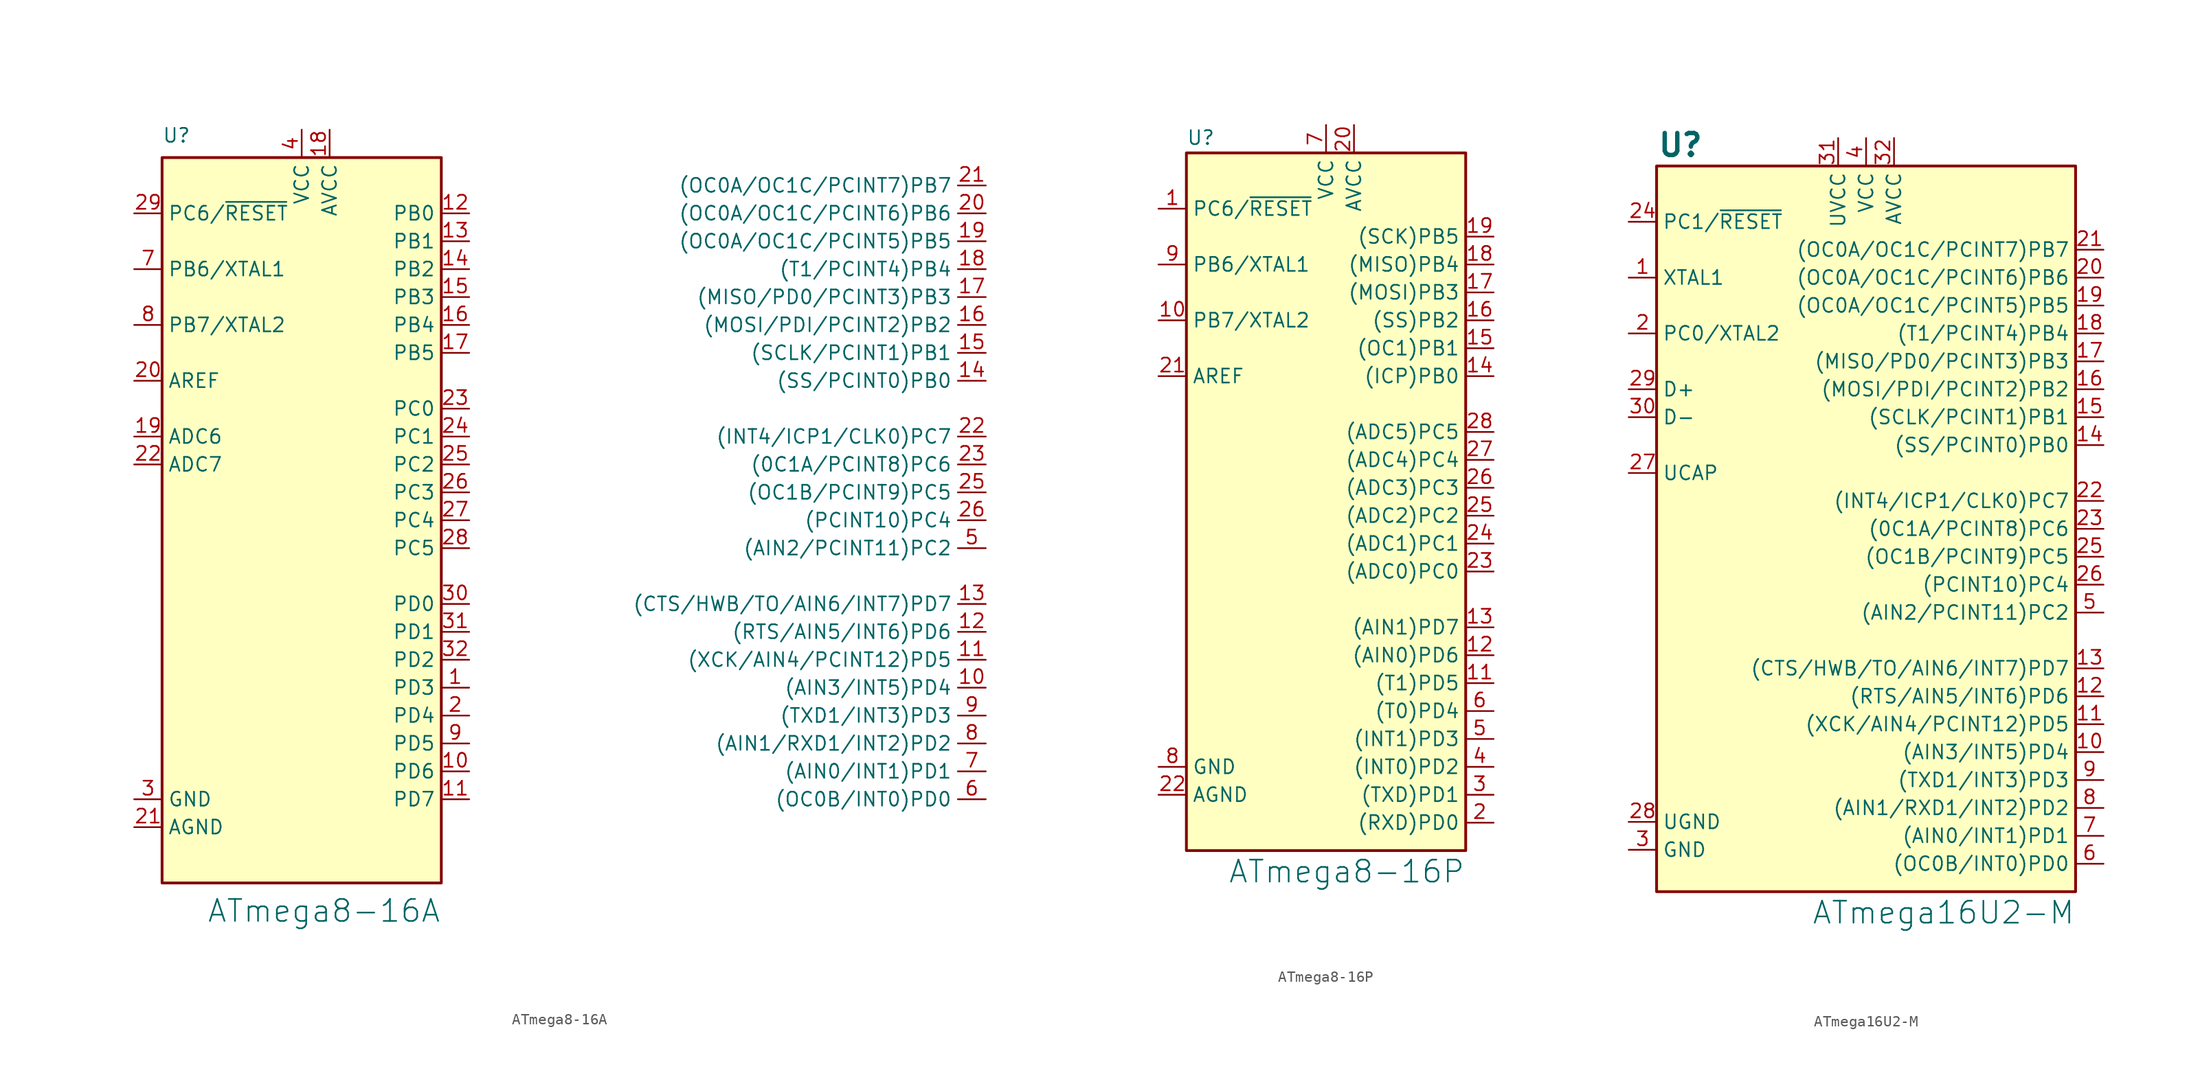
<source format=kicad_sym>
(kicad_symbol_lib
  (version 20220914)
  (generator kicad_symbol_editor)
  (symbol "ATmega8-16A"
    (property "Reference" "U"
      (at -12.7 34.29 0)
      (effects (font (size 1.27 1.27)) (justify left bottom)))
    (property "Value" "ATmega8-16A"
      (at 12.7 -35.56 0)
      (do_not_autoplace)
      (effects (font (size 2 2)) (justify right)))
    (symbol "ATmega8-16A_0_1"
      (rectangle (start -12.7 33.02) (end 12.7 -33.02) (stroke (width 0.254) (type default)) (fill (type background))))
    (symbol "ATmega8-16A_1_1"
      (pin bidirectional line (at 15.24 -15.24 180) (length 2.54) (name "PD3" (effects (font (size 1.27 1.27)))) (number "1" (effects (font (size 1.27 1.27)))))
      (pin bidirectional line (at 62.23 -15.24 180) (length 2.54) (name "(AIN3/INT5)PD4" (effects (font (size 1.27 1.27)))) (number "10" (effects (font (size 1.27 1.27)))))
      (pin bidirectional line (at 15.24 -22.86 180) (length 2.54) (name "PD6" (effects (font (size 1.27 1.27)))) (number "10" (effects (font (size 1.27 1.27)))))
      (pin bidirectional line (at 62.23 -12.7 180) (length 2.54) (name "(XCK/AIN4/PCINT12)PD5" (effects (font (size 1.27 1.27)))) (number "11" (effects (font (size 1.27 1.27)))))
      (pin bidirectional line (at 15.24 -25.4 180) (length 2.54) (name "PD7" (effects (font (size 1.27 1.27)))) (number "11" (effects (font (size 1.27 1.27)))))
      (pin bidirectional line (at 62.23 -10.16 180) (length 2.54) (name "(RTS/AIN5/INT6)PD6" (effects (font (size 1.27 1.27)))) (number "12" (effects (font (size 1.27 1.27)))))
      (pin bidirectional line (at 15.24 27.94 180) (length 2.54) (name "PB0" (effects (font (size 1.27 1.27)))) (number "12" (effects (font (size 1.27 1.27)))))
      (pin bidirectional line (at 62.23 -7.62 180) (length 2.54) (name "(CTS/HWB/TO/AIN6/INT7)PD7" (effects (font (size 1.27 1.27)))) (number "13" (effects (font (size 1.27 1.27)))))
      (pin bidirectional line (at 15.24 25.4 180) (length 2.54) (name "PB1" (effects (font (size 1.27 1.27)))) (number "13" (effects (font (size 1.27 1.27)))))
      (pin bidirectional line (at 62.23 12.7 180) (length 2.54) (name "(SS/PCINT0)PB0" (effects (font (size 1.27 1.27)))) (number "14" (effects (font (size 1.27 1.27)))))
      (pin bidirectional line (at 15.24 22.86 180) (length 2.54) (name "PB2" (effects (font (size 1.27 1.27)))) (number "14" (effects (font (size 1.27 1.27)))))
      (pin bidirectional line (at 62.23 15.24 180) (length 2.54) (name "(SCLK/PCINT1)PB1" (effects (font (size 1.27 1.27)))) (number "15" (effects (font (size 1.27 1.27)))))
      (pin bidirectional line (at 15.24 20.32 180) (length 2.54) (name "PB3" (effects (font (size 1.27 1.27)))) (number "15" (effects (font (size 1.27 1.27)))))
      (pin bidirectional line (at 62.23 17.78 180) (length 2.54) (name "(MOSI/PDI/PCINT2)PB2" (effects (font (size 1.27 1.27)))) (number "16" (effects (font (size 1.27 1.27)))))
      (pin bidirectional line (at 15.24 17.78 180) (length 2.54) (name "PB4" (effects (font (size 1.27 1.27)))) (number "16" (effects (font (size 1.27 1.27)))))
      (pin bidirectional line (at 62.23 20.32 180) (length 2.54) (name "(MISO/PD0/PCINT3)PB3" (effects (font (size 1.27 1.27)))) (number "17" (effects (font (size 1.27 1.27)))))
      (pin bidirectional line (at 15.24 15.24 180) (length 2.54) (name "PB5" (effects (font (size 1.27 1.27)))) (number "17" (effects (font (size 1.27 1.27)))))
      (pin bidirectional line (at 62.23 22.86 180) (length 2.54) (name "(T1/PCINT4)PB4" (effects (font (size 1.27 1.27)))) (number "18" (effects (font (size 1.27 1.27)))))
      (pin power_in line (at 2.54 35.56 270) (length 2.54) (name "AVCC" (effects (font (size 1.27 1.27)))) (number "18" (effects (font (size 1.27 1.27)))))
      (pin bidirectional line (at 62.23 25.4 180) (length 2.54) (name "(OC0A/OC1C/PCINT5)PB5" (effects (font (size 1.27 1.27)))) (number "19" (effects (font (size 1.27 1.27)))))
      (pin input line (at -15.24 7.62 0) (length 2.54) (name "ADC6" (effects (font (size 1.27 1.27)))) (number "19" (effects (font (size 1.27 1.27)))))
      (pin bidirectional line (at 15.24 -17.78 180) (length 2.54) (name "PD4" (effects (font (size 1.27 1.27)))) (number "2" (effects (font (size 1.27 1.27)))))
      (pin bidirectional line (at 62.23 27.94 180) (length 2.54) (name "(OC0A/OC1C/PCINT6)PB6" (effects (font (size 1.27 1.27)))) (number "20" (effects (font (size 1.27 1.27)))))
      (pin passive line (at -15.24 12.7 0) (length 2.54) (name "AREF" (effects (font (size 1.27 1.27)))) (number "20" (effects (font (size 1.27 1.27)))))
      (pin bidirectional line (at 62.23 30.48 180) (length 2.54) (name "(OC0A/OC1C/PCINT7)PB7" (effects (font (size 1.27 1.27)))) (number "21" (effects (font (size 1.27 1.27)))))
      (pin power_in line (at -15.24 -27.94 0) (length 2.54) (name "AGND" (effects (font (size 1.27 1.27)))) (number "21" (effects (font (size 1.27 1.27)))))
      (pin bidirectional line (at 62.23 7.62 180) (length 2.54) (name "(INT4/ICP1/CLK0)PC7" (effects (font (size 1.27 1.27)))) (number "22" (effects (font (size 1.27 1.27)))))
      (pin input line (at -15.24 5.08 0) (length 2.54) (name "ADC7" (effects (font (size 1.27 1.27)))) (number "22" (effects (font (size 1.27 1.27)))))
      (pin bidirectional line (at 62.23 5.08 180) (length 2.54) (name "(0C1A/PCINT8)PC6" (effects (font (size 1.27 1.27)))) (number "23" (effects (font (size 1.27 1.27)))))
      (pin bidirectional line (at 15.24 10.16 180) (length 2.54) (name "PC0" (effects (font (size 1.27 1.27)))) (number "23" (effects (font (size 1.27 1.27)))))
      (pin bidirectional line (at 15.24 7.62 180) (length 2.54) (name "PC1" (effects (font (size 1.27 1.27)))) (number "24" (effects (font (size 1.27 1.27)))))
      (pin bidirectional line (at 62.23 2.54 180) (length 2.54) (name "(OC1B/PCINT9)PC5" (effects (font (size 1.27 1.27)))) (number "25" (effects (font (size 1.27 1.27)))))
      (pin bidirectional line (at 15.24 5.08 180) (length 2.54) (name "PC2" (effects (font (size 1.27 1.27)))) (number "25" (effects (font (size 1.27 1.27)))))
      (pin bidirectional line (at 62.23 0 180) (length 2.54) (name "(PCINT10)PC4" (effects (font (size 1.27 1.27)))) (number "26" (effects (font (size 1.27 1.27)))))
      (pin bidirectional line (at 15.24 2.54 180) (length 2.54) (name "PC3" (effects (font (size 1.27 1.27)))) (number "26" (effects (font (size 1.27 1.27)))))
      (pin bidirectional line (at 15.24 0 180) (length 2.54) (name "PC4" (effects (font (size 1.27 1.27)))) (number "27" (effects (font (size 1.27 1.27)))))
      (pin bidirectional line (at 15.24 -2.54 180) (length 2.54) (name "PC5" (effects (font (size 1.27 1.27)))) (number "28" (effects (font (size 1.27 1.27)))))
      (pin bidirectional line (at -15.24 27.94 0) (length 2.54) (name "PC6/~{RESET}" (effects (font (size 1.27 1.27)))) (number "29" (effects (font (size 1.27 1.27)))))
      (pin power_in line (at -15.24 -25.4 0) (length 2.54) (name "GND" (effects (font (size 1.27 1.27)))) (number "3" (effects (font (size 1.27 1.27)))))
      (pin bidirectional line (at 15.24 -7.62 180) (length 2.54) (name "PD0" (effects (font (size 1.27 1.27)))) (number "30" (effects (font (size 1.27 1.27)))))
      (pin bidirectional line (at 15.24 -10.16 180) (length 2.54) (name "PD1" (effects (font (size 1.27 1.27)))) (number "31" (effects (font (size 1.27 1.27)))))
      (pin bidirectional line (at 15.24 -12.7 180) (length 2.54) (name "PD2" (effects (font (size 1.27 1.27)))) (number "32" (effects (font (size 1.27 1.27)))))
      (pin power_in line (at 0 35.56 270) (length 2.54) (name "VCC" (effects (font (size 1.27 1.27)))) (number "4" (effects (font (size 1.27 1.27)))))
      (pin bidirectional line (at 62.23 -2.54 180) (length 2.54) (name "(AIN2/PCINT11)PC2" (effects (font (size 1.27 1.27)))) (number "5" (effects (font (size 1.27 1.27)))))
      (pin passive line (at -15.24 -25.4 0) (length 2.54) hide (name "GND" (effects (font (size 1.27 1.27)))) (number "5" (effects (font (size 1.27 1.27)))))
      (pin bidirectional line (at 62.23 -25.4 180) (length 2.54) (name "(OC0B/INT0)PD0" (effects (font (size 1.27 1.27)))) (number "6" (effects (font (size 1.27 1.27)))))
      (pin passive line (at 0 35.56 270) (length 2.54) hide (name "VCC" (effects (font (size 1.27 1.27)))) (number "6" (effects (font (size 1.27 1.27)))))
      (pin bidirectional line (at 62.23 -22.86 180) (length 2.54) (name "(AIN0/INT1)PD1" (effects (font (size 1.27 1.27)))) (number "7" (effects (font (size 1.27 1.27)))))
      (pin bidirectional line (at -15.24 22.86 0) (length 2.54) (name "PB6/XTAL1" (effects (font (size 1.27 1.27)))) (number "7" (effects (font (size 1.27 1.27)))))
      (pin bidirectional line (at 62.23 -20.32 180) (length 2.54) (name "(AIN1/RXD1/INT2)PD2" (effects (font (size 1.27 1.27)))) (number "8" (effects (font (size 1.27 1.27)))))
      (pin bidirectional line (at -15.24 17.78 0) (length 2.54) (name "PB7/XTAL2" (effects (font (size 1.27 1.27)))) (number "8" (effects (font (size 1.27 1.27)))))
      (pin bidirectional line (at 62.23 -17.78 180) (length 2.54) (name "(TXD1/INT3)PD3" (effects (font (size 1.27 1.27)))) (number "9" (effects (font (size 1.27 1.27)))))
      (pin bidirectional line (at 15.24 -20.32 180) (length 2.54) (name "PD5" (effects (font (size 1.27 1.27)))) (number "9" (effects (font (size 1.27 1.27)))))))
  (symbol "ATmega8-16P"
    (property "Reference" "U"
      (at -12.7 32.385 0)
      (do_not_autoplace)
      (effects (font (size 1.27 1.27)) (justify left bottom)))
    (property "Value" "ATmega8-16P"
      (at 12.7 -33.655 0)
      (do_not_autoplace)
      (effects (font (size 2 2)) (justify right)))
    (symbol "ATmega8-16P_0_1"
      (rectangle (start -12.7 31.75) (end 12.7 -31.75) (stroke (width 0.254) (type default)) (fill (type background))))
    (symbol "ATmega8-16P_1_1"
      (pin bidirectional line (at -15.24 26.67 0) (length 2.54) (name "PC6/~{RESET}" (effects (font (size 1.27 1.27)))) (number "1" (effects (font (size 1.27 1.27)))))
      (pin bidirectional line (at -15.24 16.51 0) (length 2.54) (name "PB7/XTAL2" (effects (font (size 1.27 1.27)))) (number "10" (effects (font (size 1.27 1.27)))))
      (pin bidirectional line (at 15.24 -16.51 180) (length 2.54) (name "(T1)PD5" (effects (font (size 1.27 1.27)))) (number "11" (effects (font (size 1.27 1.27)))))
      (pin bidirectional line (at 15.24 -13.97 180) (length 2.54) (name "(AIN0)PD6" (effects (font (size 1.27 1.27)))) (number "12" (effects (font (size 1.27 1.27)))))
      (pin bidirectional line (at 15.24 -11.43 180) (length 2.54) (name "(AIN1)PD7" (effects (font (size 1.27 1.27)))) (number "13" (effects (font (size 1.27 1.27)))))
      (pin bidirectional line (at 15.24 11.43 180) (length 2.54) (name "(ICP)PB0" (effects (font (size 1.27 1.27)))) (number "14" (effects (font (size 1.27 1.27)))))
      (pin bidirectional line (at 15.24 13.97 180) (length 2.54) (name "(OC1)PB1" (effects (font (size 1.27 1.27)))) (number "15" (effects (font (size 1.27 1.27)))))
      (pin bidirectional line (at 15.24 16.51 180) (length 2.54) (name "(SS)PB2" (effects (font (size 1.27 1.27)))) (number "16" (effects (font (size 1.27 1.27)))))
      (pin bidirectional line (at 15.24 19.05 180) (length 2.54) (name "(MOSI)PB3" (effects (font (size 1.27 1.27)))) (number "17" (effects (font (size 1.27 1.27)))))
      (pin bidirectional line (at 15.24 21.59 180) (length 2.54) (name "(MISO)PB4" (effects (font (size 1.27 1.27)))) (number "18" (effects (font (size 1.27 1.27)))))
      (pin bidirectional line (at 15.24 24.13 180) (length 2.54) (name "(SCK)PB5" (effects (font (size 1.27 1.27)))) (number "19" (effects (font (size 1.27 1.27)))))
      (pin bidirectional line (at 15.24 -29.21 180) (length 2.54) (name "(RXD)PD0" (effects (font (size 1.27 1.27)))) (number "2" (effects (font (size 1.27 1.27)))))
      (pin power_in line (at 2.54 34.29 270) (length 2.54) (name "AVCC" (effects (font (size 1.27 1.27)))) (number "20" (effects (font (size 1.27 1.27)))))
      (pin passive line (at -15.24 11.43 0) (length 2.54) (name "AREF" (effects (font (size 1.27 1.27)))) (number "21" (effects (font (size 1.27 1.27)))))
      (pin power_in line (at -15.24 -26.67 0) (length 2.54) (name "AGND" (effects (font (size 1.27 1.27)))) (number "22" (effects (font (size 1.27 1.27)))))
      (pin bidirectional line (at 15.24 -6.35 180) (length 2.54) (name "(ADC0)PC0" (effects (font (size 1.27 1.27)))) (number "23" (effects (font (size 1.27 1.27)))))
      (pin bidirectional line (at 15.24 -3.81 180) (length 2.54) (name "(ADC1)PC1" (effects (font (size 1.27 1.27)))) (number "24" (effects (font (size 1.27 1.27)))))
      (pin bidirectional line (at 15.24 -1.27 180) (length 2.54) (name "(ADC2)PC2" (effects (font (size 1.27 1.27)))) (number "25" (effects (font (size 1.27 1.27)))))
      (pin bidirectional line (at 15.24 1.27 180) (length 2.54) (name "(ADC3)PC3" (effects (font (size 1.27 1.27)))) (number "26" (effects (font (size 1.27 1.27)))))
      (pin bidirectional line (at 15.24 3.81 180) (length 2.54) (name "(ADC4)PC4" (effects (font (size 1.27 1.27)))) (number "27" (effects (font (size 1.27 1.27)))))
      (pin bidirectional line (at 15.24 6.35 180) (length 2.54) (name "(ADC5)PC5" (effects (font (size 1.27 1.27)))) (number "28" (effects (font (size 1.27 1.27)))))
      (pin bidirectional line (at 15.24 -26.67 180) (length 2.54) (name "(TXD)PD1" (effects (font (size 1.27 1.27)))) (number "3" (effects (font (size 1.27 1.27)))))
      (pin bidirectional line (at 15.24 -24.13 180) (length 2.54) (name "(INT0)PD2" (effects (font (size 1.27 1.27)))) (number "4" (effects (font (size 1.27 1.27)))))
      (pin bidirectional line (at 15.24 -21.59 180) (length 2.54) (name "(INT1)PD3" (effects (font (size 1.27 1.27)))) (number "5" (effects (font (size 1.27 1.27)))))
      (pin bidirectional line (at 15.24 -19.05 180) (length 2.54) (name "(T0)PD4" (effects (font (size 1.27 1.27)))) (number "6" (effects (font (size 1.27 1.27)))))
      (pin power_in line (at 0 34.29 270) (length 2.54) (name "VCC" (effects (font (size 1.27 1.27)))) (number "7" (effects (font (size 1.27 1.27)))))
      (pin power_in line (at -15.24 -24.13 0) (length 2.54) (name "GND" (effects (font (size 1.27 1.27)))) (number "8" (effects (font (size 1.27 1.27)))))
      (pin bidirectional line (at -15.24 21.59 0) (length 2.54) (name "PB6/XTAL1" (effects (font (size 1.27 1.27)))) (number "9" (effects (font (size 1.27 1.27)))))))
  (symbol "ATmega16U2-M"
    (property "Reference" "U"
      (at -19.05 34.925 0)
      (do_not_autoplace)
      (effects (font (size 2 2) bold) (justify left)))
    (property "Value" "ATmega16U2-M"
      (at 19.05 -34.925 0)
      (do_not_autoplace)
      (effects (font (size 2 2)) (justify right)))
    (symbol "ATmega16U2-M_0_1"
      (rectangle (start -19.05 33.02) (end 19.05 -33.02) (stroke (width 0.254) (type default)) (fill (type background))))
    (symbol "ATmega16U2-M_1_1"
      (pin input line (at -21.59 22.86 0) (length 2.54) (name "XTAL1" (effects (font (size 1.27 1.27)))) (number "1" (effects (font (size 1.27 1.27)))))
      (pin bidirectional line (at 21.59 -20.32 180) (length 2.54) (name "(AIN3/INT5)PD4" (effects (font (size 1.27 1.27)))) (number "10" (effects (font (size 1.27 1.27)))))
      (pin bidirectional line (at 21.59 -17.78 180) (length 2.54) (name "(XCK/AIN4/PCINT12)PD5" (effects (font (size 1.27 1.27)))) (number "11" (effects (font (size 1.27 1.27)))))
      (pin bidirectional line (at 21.59 -15.24 180) (length 2.54) (name "(RTS/AIN5/INT6)PD6" (effects (font (size 1.27 1.27)))) (number "12" (effects (font (size 1.27 1.27)))))
      (pin bidirectional line (at 21.59 -12.7 180) (length 2.54) (name "(CTS/HWB/TO/AIN6/INT7)PD7" (effects (font (size 1.27 1.27)))) (number "13" (effects (font (size 1.27 1.27)))))
      (pin bidirectional line (at 21.59 7.62 180) (length 2.54) (name "(SS/PCINT0)PB0" (effects (font (size 1.27 1.27)))) (number "14" (effects (font (size 1.27 1.27)))))
      (pin bidirectional line (at 21.59 10.16 180) (length 2.54) (name "(SCLK/PCINT1)PB1" (effects (font (size 1.27 1.27)))) (number "15" (effects (font (size 1.27 1.27)))))
      (pin bidirectional line (at 21.59 12.7 180) (length 2.54) (name "(MOSI/PDI/PCINT2)PB2" (effects (font (size 1.27 1.27)))) (number "16" (effects (font (size 1.27 1.27)))))
      (pin bidirectional line (at 21.59 15.24 180) (length 2.54) (name "(MISO/PD0/PCINT3)PB3" (effects (font (size 1.27 1.27)))) (number "17" (effects (font (size 1.27 1.27)))))
      (pin bidirectional line (at 21.59 17.78 180) (length 2.54) (name "(T1/PCINT4)PB4" (effects (font (size 1.27 1.27)))) (number "18" (effects (font (size 1.27 1.27)))))
      (pin bidirectional line (at 21.59 20.32 180) (length 2.54) (name "(OC0A/OC1C/PCINT5)PB5" (effects (font (size 1.27 1.27)))) (number "19" (effects (font (size 1.27 1.27)))))
      (pin bidirectional line (at -21.59 17.78 0) (length 2.54) (name "PC0/XTAL2" (effects (font (size 1.27 1.27)))) (number "2" (effects (font (size 1.27 1.27)))))
      (pin bidirectional line (at 21.59 22.86 180) (length 2.54) (name "(OC0A/OC1C/PCINT6)PB6" (effects (font (size 1.27 1.27)))) (number "20" (effects (font (size 1.27 1.27)))))
      (pin bidirectional line (at 21.59 25.4 180) (length 2.54) (name "(OC0A/OC1C/PCINT7)PB7" (effects (font (size 1.27 1.27)))) (number "21" (effects (font (size 1.27 1.27)))))
      (pin bidirectional line (at 21.59 2.54 180) (length 2.54) (name "(INT4/ICP1/CLK0)PC7" (effects (font (size 1.27 1.27)))) (number "22" (effects (font (size 1.27 1.27)))))
      (pin bidirectional line (at 21.59 0 180) (length 2.54) (name "(0C1A/PCINT8)PC6" (effects (font (size 1.27 1.27)))) (number "23" (effects (font (size 1.27 1.27)))))
      (pin bidirectional line (at -21.59 27.94 0) (length 2.54) (name "PC1/~{RESET}" (effects (font (size 1.27 1.27)))) (number "24" (effects (font (size 1.27 1.27)))))
      (pin bidirectional line (at 21.59 -2.54 180) (length 2.54) (name "(OC1B/PCINT9)PC5" (effects (font (size 1.27 1.27)))) (number "25" (effects (font (size 1.27 1.27)))))
      (pin bidirectional line (at 21.59 -5.08 180) (length 2.54) (name "(PCINT10)PC4" (effects (font (size 1.27 1.27)))) (number "26" (effects (font (size 1.27 1.27)))))
      (pin passive line (at -21.59 5.08 0) (length 2.54) (name "UCAP" (effects (font (size 1.27 1.27)))) (number "27" (effects (font (size 1.27 1.27)))))
      (pin power_in line (at -21.59 -26.67 0) (length 2.54) (name "UGND" (effects (font (size 1.27 1.27)))) (number "28" (effects (font (size 1.27 1.27)))))
      (pin bidirectional line (at -21.59 12.7 0) (length 2.54) (name "D+" (effects (font (size 1.27 1.27)))) (number "29" (effects (font (size 1.27 1.27)))))
      (pin power_in line (at -21.59 -29.21 0) (length 2.54) (name "GND" (effects (font (size 1.27 1.27)))) (number "3" (effects (font (size 1.27 1.27)))))
      (pin bidirectional line (at -21.59 10.16 0) (length 2.54) (name "D-" (effects (font (size 1.27 1.27)))) (number "30" (effects (font (size 1.27 1.27)))))
      (pin power_in line (at -2.54 35.56 270) (length 2.54) (name "UVCC" (effects (font (size 1.27 1.27)))) (number "31" (effects (font (size 1.27 1.27)))))
      (pin power_in line (at 2.54 35.56 270) (length 2.54) (name "AVCC" (effects (font (size 1.27 1.27)))) (number "32" (effects (font (size 1.27 1.27)))))
      (pin passive line (at -21.59 -29.21 0) (length 2.54) hide (name "GND" (effects (font (size 1.27 1.27)))) (number "33" (effects (font (size 1.27 1.27)))))
      (pin power_in line (at 0 35.56 270) (length 2.54) (name "VCC" (effects (font (size 1.27 1.27)))) (number "4" (effects (font (size 1.27 1.27)))))
      (pin bidirectional line (at 21.59 -7.62 180) (length 2.54) (name "(AIN2/PCINT11)PC2" (effects (font (size 1.27 1.27)))) (number "5" (effects (font (size 1.27 1.27)))))
      (pin bidirectional line (at 21.59 -30.48 180) (length 2.54) (name "(OC0B/INT0)PD0" (effects (font (size 1.27 1.27)))) (number "6" (effects (font (size 1.27 1.27)))))
      (pin bidirectional line (at 21.59 -27.94 180) (length 2.54) (name "(AIN0/INT1)PD1" (effects (font (size 1.27 1.27)))) (number "7" (effects (font (size 1.27 1.27)))))
      (pin bidirectional line (at 21.59 -25.4 180) (length 2.54) (name "(AIN1/RXD1/INT2)PD2" (effects (font (size 1.27 1.27)))) (number "8" (effects (font (size 1.27 1.27)))))
      (pin bidirectional line (at 21.59 -22.86 180) (length 2.54) (name "(TXD1/INT3)PD3" (effects (font (size 1.27 1.27)))) (number "9" (effects (font (size 1.27 1.27))))))))
</source>
